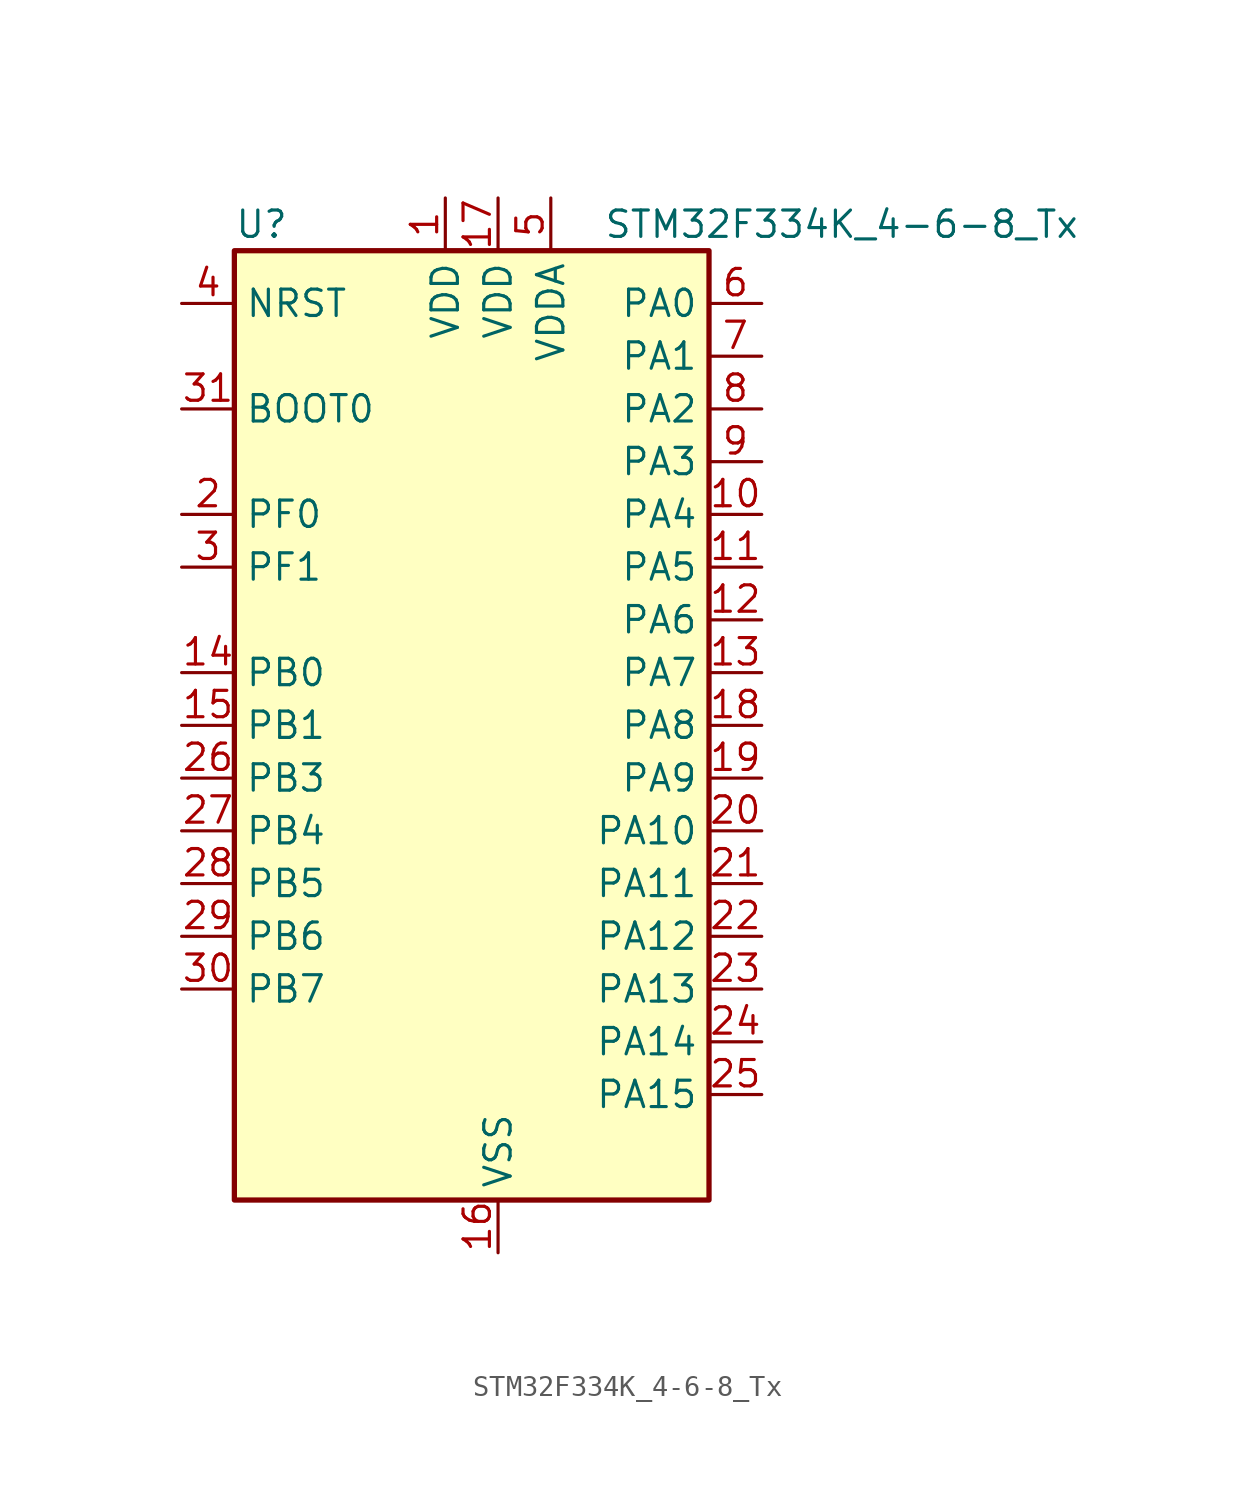
<source format=kicad_sym>
(kicad_symbol_lib
  (version 20220914)
  (generator kicad_symbol_editor)
  (symbol "STM32F334K_4-6-8_Tx"
    (property "Reference" "U"
      (at -10.16 24.13 0)
      (effects (font (size 1.27 1.27)) (justify left)))
    (property "Value" "STM32F334K_4-6-8_Tx"
      (at 7.62 24.13 0)
      (effects (font (size 1.27 1.27)) (justify left)))
    (property "ki_locked" ""
      (at 0 0 0)
      (effects (font (size 1.27 1.27))))
    (symbol "STM32F334K_4-6-8_Tx_0_1"
      (rectangle (start -10.16 -22.86) (end 12.7 22.86) (stroke (width 0.254) (type default)) (fill (type background))))
    (symbol "STM32F334K_4-6-8_Tx_1_1"
      (pin power_in line (at 0 25.4 270) (length 2.54) (name "VDD" (effects (font (size 1.27 1.27)))) (number "1" (effects (font (size 1.27 1.27)))))
      (pin bidirectional line (at 15.24 10.16 180) (length 2.54) (name "PA4" (effects (font (size 1.27 1.27)))) (number "10" (effects (font (size 1.27 1.27)))) (alternate "ADC2_IN1" bidirectional line) (alternate "COMP2_INM" bidirectional line) (alternate "COMP4_INM" bidirectional line) (alternate "DAC1_OUT1" bidirectional line) (alternate "SPI1_NSS" bidirectional line) (alternate "TIM3_CH2" bidirectional line) (alternate "TSC_G2_IO1" bidirectional line) (alternate "USART2_CK" bidirectional line))
      (pin bidirectional line (at 15.24 7.62 180) (length 2.54) (name "PA5" (effects (font (size 1.27 1.27)))) (number "11" (effects (font (size 1.27 1.27)))) (alternate "ADC2_IN2" bidirectional line) (alternate "DAC1_OUT2" bidirectional line) (alternate "OPAMP2_VINM" bidirectional line) (alternate "OPAMP2_VINM_SEC" bidirectional line) (alternate "SPI1_SCK" bidirectional line) (alternate "TIM2_CH1" bidirectional line) (alternate "TIM2_ETR" bidirectional line) (alternate "TSC_G2_IO2" bidirectional line))
      (pin bidirectional line (at 15.24 5.08 180) (length 2.54) (name "PA6" (effects (font (size 1.27 1.27)))) (number "12" (effects (font (size 1.27 1.27)))) (alternate "ADC2_IN3" bidirectional line) (alternate "DAC2_OUT1" bidirectional line) (alternate "OPAMP2_DIG" bidirectional line) (alternate "OPAMP2_VOUT" bidirectional line) (alternate "SPI1_MISO" bidirectional line) (alternate "TIM16_CH1" bidirectional line) (alternate "TIM1_BKIN" bidirectional line) (alternate "TIM3_CH1" bidirectional line) (alternate "TSC_G2_IO3" bidirectional line))
      (pin bidirectional line (at 15.24 2.54 180) (length 2.54) (name "PA7" (effects (font (size 1.27 1.27)))) (number "13" (effects (font (size 1.27 1.27)))) (alternate "ADC2_IN4" bidirectional line) (alternate "COMP2_INP" bidirectional line) (alternate "OPAMP2_VINP" bidirectional line) (alternate "OPAMP2_VINP_SEC" bidirectional line) (alternate "SPI1_MOSI" bidirectional line) (alternate "TIM17_CH1" bidirectional line) (alternate "TIM1_CH1N" bidirectional line) (alternate "TIM3_CH2" bidirectional line) (alternate "TSC_G2_IO4" bidirectional line))
      (pin bidirectional line (at -12.7 2.54 0) (length 2.54) (name "PB0" (effects (font (size 1.27 1.27)))) (number "14" (effects (font (size 1.27 1.27)))) (alternate "ADC1_IN11" bidirectional line) (alternate "COMP4_INP" bidirectional line) (alternate "OPAMP2_VINP" bidirectional line) (alternate "OPAMP2_VINP_SEC" bidirectional line) (alternate "TIM1_CH2N" bidirectional line) (alternate "TIM3_CH3" bidirectional line) (alternate "TSC_G3_IO2" bidirectional line))
      (pin bidirectional line (at -12.7 0 0) (length 2.54) (name "PB1" (effects (font (size 1.27 1.27)))) (number "15" (effects (font (size 1.27 1.27)))) (alternate "ADC1_IN12" bidirectional line) (alternate "COMP4_OUT" bidirectional line) (alternate "HRTIM1_SCOUT" bidirectional line) (alternate "TIM1_CH3N" bidirectional line) (alternate "TIM3_CH4" bidirectional line) (alternate "TSC_G3_IO3" bidirectional line))
      (pin power_in line (at 2.54 -25.4 90) (length 2.54) (name "VSS" (effects (font (size 1.27 1.27)))) (number "16" (effects (font (size 1.27 1.27)))))
      (pin power_in line (at 2.54 25.4 270) (length 2.54) (name "VDD" (effects (font (size 1.27 1.27)))) (number "17" (effects (font (size 1.27 1.27)))))
      (pin bidirectional line (at 15.24 0 180) (length 2.54) (name "PA8" (effects (font (size 1.27 1.27)))) (number "18" (effects (font (size 1.27 1.27)))) (alternate "HRTIM1_CHA1" bidirectional line) (alternate "RCC_MCO" bidirectional line) (alternate "TIM1_CH1" bidirectional line) (alternate "USART1_CK" bidirectional line))
      (pin bidirectional line (at 15.24 -2.54 180) (length 2.54) (name "PA9" (effects (font (size 1.27 1.27)))) (number "19" (effects (font (size 1.27 1.27)))) (alternate "DAC1_EXTI9" bidirectional line) (alternate "DAC2_EXTI9" bidirectional line) (alternate "HRTIM1_CHA2" bidirectional line) (alternate "TIM15_BKIN" bidirectional line) (alternate "TIM1_CH2" bidirectional line) (alternate "TIM2_CH3" bidirectional line) (alternate "TSC_G4_IO1" bidirectional line) (alternate "USART1_TX" bidirectional line))
      (pin bidirectional line (at -12.7 10.16 0) (length 2.54) (name "PF0" (effects (font (size 1.27 1.27)))) (number "2" (effects (font (size 1.27 1.27)))) (alternate "RCC_OSC_IN" bidirectional line) (alternate "TIM1_CH3N" bidirectional line))
      (pin bidirectional line (at 15.24 -5.08 180) (length 2.54) (name "PA10" (effects (font (size 1.27 1.27)))) (number "20" (effects (font (size 1.27 1.27)))) (alternate "HRTIM1_CHB1" bidirectional line) (alternate "TIM17_BKIN" bidirectional line) (alternate "TIM1_CH3" bidirectional line) (alternate "TIM2_CH4" bidirectional line) (alternate "TSC_G4_IO2" bidirectional line) (alternate "USART1_RX" bidirectional line))
      (pin bidirectional line (at 15.24 -7.62 180) (length 2.54) (name "PA11" (effects (font (size 1.27 1.27)))) (number "21" (effects (font (size 1.27 1.27)))) (alternate "ADC1_EXTI11" bidirectional line) (alternate "ADC2_EXTI11" bidirectional line) (alternate "CAN_RX" bidirectional line) (alternate "HRTIM1_CHB2" bidirectional line) (alternate "TIM1_BKIN2" bidirectional line) (alternate "TIM1_CH1N" bidirectional line) (alternate "TIM1_CH4" bidirectional line) (alternate "USART1_CTS" bidirectional line))
      (pin bidirectional line (at 15.24 -10.16 180) (length 2.54) (name "PA12" (effects (font (size 1.27 1.27)))) (number "22" (effects (font (size 1.27 1.27)))) (alternate "CAN_TX" bidirectional line) (alternate "COMP2_OUT" bidirectional line) (alternate "HRTIM1_FLT1" bidirectional line) (alternate "TIM16_CH1" bidirectional line) (alternate "TIM1_CH2N" bidirectional line) (alternate "TIM1_ETR" bidirectional line) (alternate "USART1_DE" bidirectional line) (alternate "USART1_RTS" bidirectional line))
      (pin bidirectional line (at 15.24 -12.7 180) (length 2.54) (name "PA13" (effects (font (size 1.27 1.27)))) (number "23" (effects (font (size 1.27 1.27)))) (alternate "IR_OUT" bidirectional line) (alternate "SYS_JTMS-SWDIO" bidirectional line) (alternate "TIM16_CH1N" bidirectional line) (alternate "TSC_G4_IO3" bidirectional line))
      (pin bidirectional line (at 15.24 -15.24 180) (length 2.54) (name "PA14" (effects (font (size 1.27 1.27)))) (number "24" (effects (font (size 1.27 1.27)))) (alternate "I2C1_SDA" bidirectional line) (alternate "SYS_JTCK-SWCLK" bidirectional line) (alternate "TIM1_BKIN" bidirectional line) (alternate "TSC_G4_IO4" bidirectional line) (alternate "USART2_TX" bidirectional line))
      (pin bidirectional line (at 15.24 -17.78 180) (length 2.54) (name "PA15" (effects (font (size 1.27 1.27)))) (number "25" (effects (font (size 1.27 1.27)))) (alternate "ADC1_EXTI15" bidirectional line) (alternate "ADC2_EXTI15" bidirectional line) (alternate "HRTIM1_FLT2" bidirectional line) (alternate "I2C1_SCL" bidirectional line) (alternate "SPI1_NSS" bidirectional line) (alternate "SYS_JTDI" bidirectional line) (alternate "TIM1_BKIN" bidirectional line) (alternate "TIM2_CH1" bidirectional line) (alternate "TIM2_ETR" bidirectional line) (alternate "TSC_SYNC" bidirectional line) (alternate "USART2_RX" bidirectional line))
      (pin bidirectional line (at -12.7 -2.54 0) (length 2.54) (name "PB3" (effects (font (size 1.27 1.27)))) (number "26" (effects (font (size 1.27 1.27)))) (alternate "HRTIM1_EEV9" bidirectional line) (alternate "HRTIM1_SCOUT" bidirectional line) (alternate "SPI1_SCK" bidirectional line) (alternate "SYS_JTDO-TRACESWO" bidirectional line) (alternate "TIM2_CH2" bidirectional line) (alternate "TIM3_ETR" bidirectional line) (alternate "TSC_G5_IO1" bidirectional line) (alternate "USART2_TX" bidirectional line))
      (pin bidirectional line (at -12.7 -5.08 0) (length 2.54) (name "PB4" (effects (font (size 1.27 1.27)))) (number "27" (effects (font (size 1.27 1.27)))) (alternate "HRTIM1_EEV7" bidirectional line) (alternate "SPI1_MISO" bidirectional line) (alternate "SYS_NJTRST" bidirectional line) (alternate "TIM16_CH1" bidirectional line) (alternate "TIM17_BKIN" bidirectional line) (alternate "TIM3_CH1" bidirectional line) (alternate "TSC_G5_IO2" bidirectional line) (alternate "USART2_RX" bidirectional line))
      (pin bidirectional line (at -12.7 -7.62 0) (length 2.54) (name "PB5" (effects (font (size 1.27 1.27)))) (number "28" (effects (font (size 1.27 1.27)))) (alternate "HRTIM1_EEV6" bidirectional line) (alternate "I2C1_SMBA" bidirectional line) (alternate "SPI1_MOSI" bidirectional line) (alternate "TIM16_BKIN" bidirectional line) (alternate "TIM17_CH1" bidirectional line) (alternate "TIM3_CH2" bidirectional line) (alternate "USART2_CK" bidirectional line))
      (pin bidirectional line (at -12.7 -10.16 0) (length 2.54) (name "PB6" (effects (font (size 1.27 1.27)))) (number "29" (effects (font (size 1.27 1.27)))) (alternate "HRTIM1_EEV4" bidirectional line) (alternate "HRTIM1_SCIN" bidirectional line) (alternate "I2C1_SCL" bidirectional line) (alternate "TIM16_CH1N" bidirectional line) (alternate "TSC_G5_IO3" bidirectional line) (alternate "USART1_TX" bidirectional line))
      (pin bidirectional line (at -12.7 7.62 0) (length 2.54) (name "PF1" (effects (font (size 1.27 1.27)))) (number "3" (effects (font (size 1.27 1.27)))) (alternate "RCC_OSC_OUT" bidirectional line))
      (pin bidirectional line (at -12.7 -12.7 0) (length 2.54) (name "PB7" (effects (font (size 1.27 1.27)))) (number "30" (effects (font (size 1.27 1.27)))) (alternate "HRTIM1_EEV3" bidirectional line) (alternate "I2C1_SDA" bidirectional line) (alternate "TIM17_CH1N" bidirectional line) (alternate "TIM3_CH4" bidirectional line) (alternate "TSC_G5_IO4" bidirectional line) (alternate "USART1_RX" bidirectional line))
      (pin input line (at -12.7 15.24 0) (length 2.54) (name "BOOT0" (effects (font (size 1.27 1.27)))) (number "31" (effects (font (size 1.27 1.27)))))
      (pin passive line (at 2.54 -25.4 90) (length 2.54) hide (name "VSS" (effects (font (size 1.27 1.27)))) (number "32" (effects (font (size 1.27 1.27)))))
      (pin input line (at -12.7 20.32 0) (length 2.54) (name "NRST" (effects (font (size 1.27 1.27)))) (number "4" (effects (font (size 1.27 1.27)))))
      (pin power_in line (at 5.08 25.4 270) (length 2.54) (name "VDDA" (effects (font (size 1.27 1.27)))) (number "5" (effects (font (size 1.27 1.27)))))
      (pin bidirectional line (at 15.24 20.32 180) (length 2.54) (name "PA0" (effects (font (size 1.27 1.27)))) (number "6" (effects (font (size 1.27 1.27)))) (alternate "ADC1_IN1" bidirectional line) (alternate "RTC_TAMP2" bidirectional line) (alternate "SYS_WKUP1" bidirectional line) (alternate "TIM2_CH1" bidirectional line) (alternate "TIM2_ETR" bidirectional line) (alternate "TSC_G1_IO1" bidirectional line) (alternate "USART2_CTS" bidirectional line))
      (pin bidirectional line (at 15.24 17.78 180) (length 2.54) (name "PA1" (effects (font (size 1.27 1.27)))) (number "7" (effects (font (size 1.27 1.27)))) (alternate "ADC1_IN2" bidirectional line) (alternate "RTC_REFIN" bidirectional line) (alternate "TIM15_CH1N" bidirectional line) (alternate "TIM2_CH2" bidirectional line) (alternate "TSC_G1_IO2" bidirectional line) (alternate "USART2_DE" bidirectional line) (alternate "USART2_RTS" bidirectional line))
      (pin bidirectional line (at 15.24 15.24 180) (length 2.54) (name "PA2" (effects (font (size 1.27 1.27)))) (number "8" (effects (font (size 1.27 1.27)))) (alternate "ADC1_IN3" bidirectional line) (alternate "COMP2_INM" bidirectional line) (alternate "COMP2_OUT" bidirectional line) (alternate "TIM15_CH1" bidirectional line) (alternate "TIM2_CH3" bidirectional line) (alternate "TSC_G1_IO3" bidirectional line) (alternate "USART2_TX" bidirectional line))
      (pin bidirectional line (at 15.24 12.7 180) (length 2.54) (name "PA3" (effects (font (size 1.27 1.27)))) (number "9" (effects (font (size 1.27 1.27)))) (alternate "ADC1_IN4" bidirectional line) (alternate "TIM15_CH2" bidirectional line) (alternate "TIM2_CH4" bidirectional line) (alternate "TSC_G1_IO4" bidirectional line) (alternate "USART2_RX" bidirectional line)))))
</source>
